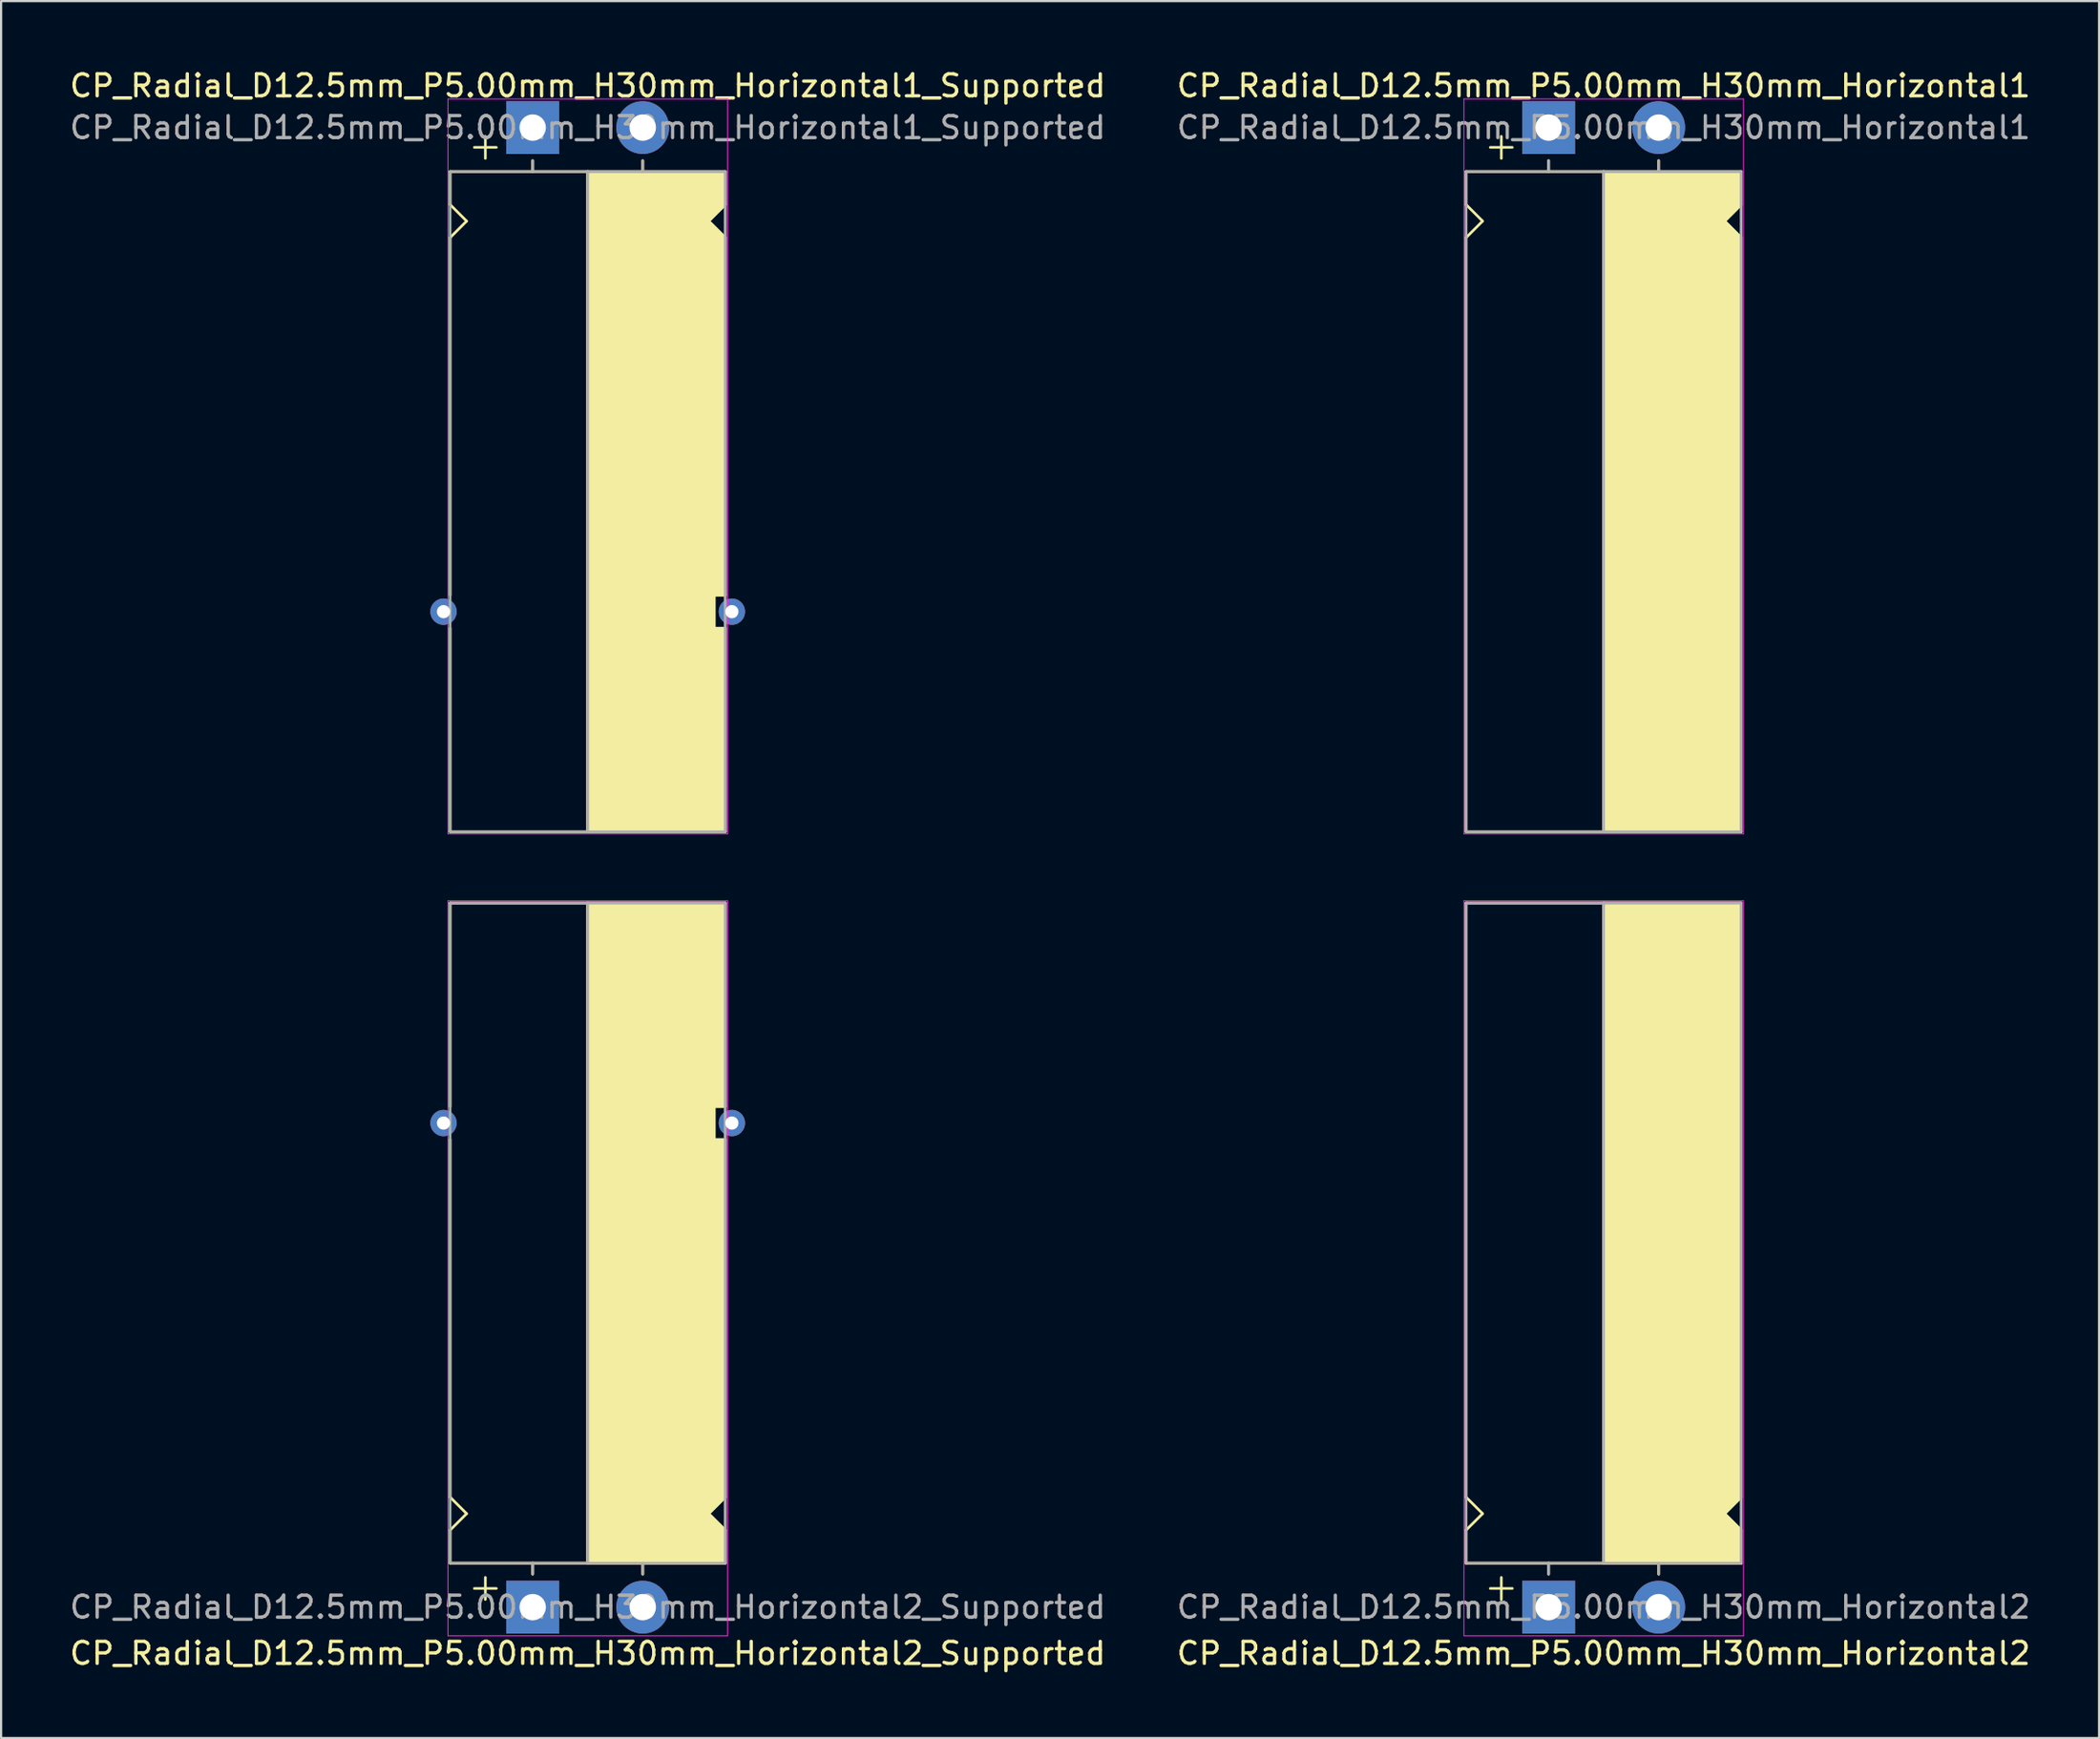
<source format=kicad_pcb>
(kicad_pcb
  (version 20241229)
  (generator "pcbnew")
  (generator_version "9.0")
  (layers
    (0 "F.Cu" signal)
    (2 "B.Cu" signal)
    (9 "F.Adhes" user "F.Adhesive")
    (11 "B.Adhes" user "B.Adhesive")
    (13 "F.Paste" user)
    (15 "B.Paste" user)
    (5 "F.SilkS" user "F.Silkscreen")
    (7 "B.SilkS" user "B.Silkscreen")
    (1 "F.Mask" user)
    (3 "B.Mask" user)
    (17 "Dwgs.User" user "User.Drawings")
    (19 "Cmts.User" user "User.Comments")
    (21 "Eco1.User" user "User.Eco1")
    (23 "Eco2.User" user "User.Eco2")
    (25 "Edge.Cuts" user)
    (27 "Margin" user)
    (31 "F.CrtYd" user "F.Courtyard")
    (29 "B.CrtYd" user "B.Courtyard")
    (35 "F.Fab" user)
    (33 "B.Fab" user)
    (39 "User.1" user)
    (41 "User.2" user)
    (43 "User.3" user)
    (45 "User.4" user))
  (footprint "CP_Radial_D12.5mm_P5.00mm_H30mm_Horizontal2_Supported"
    (layer "F.Cu")
    (at 21.149 69.988)
    (property "Reference" "CP_Radial_D12.5mm_P5.00mm_H30mm_Horizontal2_Supported" (at 2.5 2.1 180) (layer "F.SilkS") (effects (font (size 1 1) (thickness 0.15))))
    (attr through_hole)
    (fp_line (start -3.75 -32) (end -3.75 -22.75) (stroke (width 0.12) (type solid)) (layer "F.SilkS"))
    (fp_line (start -3.75 -5) (end -3.75 -21.25) (stroke (width 0.12) (type solid)) (layer "F.SilkS"))
    (fp_line (start -3.75 -3.5) (end -3 -4.25) (stroke (width 0.12) (type solid)) (layer "F.SilkS"))
    (fp_line (start -3.75 -2) (end -3.75 -3.5) (stroke (width 0.12) (type solid)) (layer "F.SilkS"))
    (fp_line (start -3 -4.25) (end -3.75 -5) (stroke (width 0.12) (type solid)) (layer "F.SilkS"))
    (fp_line (start -2.15 -1.35) (end -2.15 -0.35) (stroke (width 0.12) (type solid)) (layer "F.SilkS"))
    (fp_line (start -1.65 -0.85) (end -2.65 -0.85) (stroke (width 0.12) (type solid)) (layer "F.SilkS"))
    (fp_line (start 0 -1.5) (end 0 -2) (stroke (width 0.12) (type solid)) (layer "F.SilkS"))
    (fp_line (start 2.5 -2) (end -3.75 -2) (stroke (width 0.12) (type solid)) (layer "F.SilkS"))
    (fp_line (start 2.5 -2) (end 2.5 -32) (stroke (width 0.12) (type solid)) (layer "F.SilkS"))
    (fp_line (start 2.5 -2) (end 8.75 -2) (stroke (width 0.12) (type solid)) (layer "F.SilkS"))
    (fp_line (start 5 -1.5) (end 5 -2) (stroke (width 0.12) (type solid)) (layer "F.SilkS"))
    (fp_line (start 8 -4.25) (end 8.75 -5) (stroke (width 0.12) (type solid)) (layer "F.SilkS"))
    (fp_line (start 8.25 -22.75) (end 8.25 -21.25) (stroke (width 0.12) (type solid)) (layer "F.SilkS"))
    (fp_line (start 8.25 -21.25) (end 8.75 -21.25) (stroke (width 0.12) (type solid)) (layer "F.SilkS"))
    (fp_line (start 8.75 -32) (end -3.75 -32) (stroke (width 0.12) (type solid)) (layer "F.SilkS"))
    (fp_line (start 8.75 -32) (end 8.75 -22.75) (stroke (width 0.12) (type solid)) (layer "F.SilkS"))
    (fp_line (start 8.75 -22.75) (end 8.25 -22.75) (stroke (width 0.12) (type solid)) (layer "F.SilkS"))
    (fp_line (start 8.75 -5) (end 8.75 -21.25) (stroke (width 0.12) (type solid)) (layer "F.SilkS"))
    (fp_line (start 8.75 -3.5) (end 8 -4.25) (stroke (width 0.12) (type solid)) (layer "F.SilkS"))
    (fp_line (start 8.75 -2) (end 8.75 -3.5) (stroke (width 0.12) (type solid)) (layer "F.SilkS"))
    (fp_poly (pts (xy 8.75 -3.5) (xy 8 -4.25) (xy 8.75 -5) (xy 8.75 -21.25) (xy 8.25 -21.25) (xy 8.25 -22.75) (xy 8.75 -22.75) (xy 8.75 -32) (xy 2.5 -32) (xy 2.5 -2) (xy 8.75 -2)) (stroke (width 0.1) (type solid)) (fill yes) (layer "F.SilkS"))
    (fp_line (start -3.85 -32.1) (end -3.85 1.3) (stroke (width 0.04) (type solid)) (layer "F.CrtYd"))
    (fp_line (start 8.85 -32.1) (end -3.85 -32.1) (stroke (width 0.04) (type solid)) (layer "F.CrtYd"))
    (fp_line (start 8.85 1.3) (end -3.85 1.3) (stroke (width 0.04) (type solid)) (layer "F.CrtYd"))
    (fp_line (start 8.85 1.3) (end 8.85 -32.1) (stroke (width 0.04) (type solid)) (layer "F.CrtYd"))
    (fp_line (start -3.75 -32) (end 8.75 -32) (stroke (width 0.12) (type solid)) (layer "F.Fab"))
    (fp_line (start -3.75 -2) (end -3.75 -32) (stroke (width 0.12) (type solid)) (layer "F.Fab"))
    (fp_line (start 0 -2) (end -3.75 -2) (stroke (width 0.12) (type solid)) (layer "F.Fab"))
    (fp_line (start 0 -1.5) (end 0 -2) (stroke (width 0.12) (type solid)) (layer "F.Fab"))
    (fp_line (start 2.5 -2) (end 2.5 -32) (stroke (width 0.12) (type solid)) (layer "F.Fab"))
    (fp_line (start 5 -2) (end 5 -1.5) (stroke (width 0.12) (type solid)) (layer "F.Fab"))
    (fp_line (start 8.75 -32) (end 8.75 -2) (stroke (width 0.12) (type solid)) (layer "F.Fab"))
    (fp_line (start 8.75 -2) (end 0 -2) (stroke (width 0.12) (type solid)) (layer "F.Fab"))
    (fp_poly (pts (xy 8.75 -32) (xy 2.5 -32) (xy 2.5 -2) (xy 8.75 -2)) (stroke (width 0.1) (type solid)) (fill no) (layer "F.Fab"))
    (fp_text user "${REFERENCE}" (at 2.5 0 0) (layer "F.Fab") (effects (font (size 1 1) (thickness 0.15))))
    (pad "" thru_hole circle (at -4.05 -22 180) (size 1.2 1.2) (drill 0.6) (layers "*.Cu" "*.Mask"))
    (pad "" thru_hole circle (at 9.05 -22 180) (size 1.2 1.2) (drill 0.6) (layers "*.Cu" "*.Mask"))
    (pad "1" thru_hole rect (at 0 0) (size 2.4 2.4) (drill 1.2) (layers "*.Cu" "*.Mask"))
    (pad "2" thru_hole circle (at 5 0) (size 2.4 2.4) (drill 1.2) (layers "*.Cu" "*.Mask")))
  (footprint "CP_Radial_D12.5mm_P5.00mm_H30mm_Horizontal1_Supported"
    (layer "F.Cu")
    (at 21.149 2.748)
    (property "Reference" "CP_Radial_D12.5mm_P5.00mm_H30mm_Horizontal1_Supported" (at 2.5 -1.9 180) (layer "F.SilkS") (effects (font (size 1 1) (thickness 0.15))))
    (attr through_hole)
    (fp_line (start -3.75 2) (end -3.75 3.5) (stroke (width 0.12) (type solid)) (layer "F.SilkS"))
    (fp_line (start -3.75 3.5) (end -3 4.25) (stroke (width 0.12) (type solid)) (layer "F.SilkS"))
    (fp_line (start -3.75 5) (end -3.75 21.25) (stroke (width 0.12) (type solid)) (layer "F.SilkS"))
    (fp_line (start -3.75 32) (end -3.75 22.75) (stroke (width 0.12) (type solid)) (layer "F.SilkS"))
    (fp_line (start -3 4.25) (end -3.75 5) (stroke (width 0.12) (type solid)) (layer "F.SilkS"))
    (fp_line (start -2.15 0.4) (end -2.15 1.4) (stroke (width 0.12) (type solid)) (layer "F.SilkS"))
    (fp_line (start -1.65 0.9) (end -2.65 0.9) (stroke (width 0.12) (type solid)) (layer "F.SilkS"))
    (fp_line (start 0 1.5) (end 0 2) (stroke (width 0.12) (type solid)) (layer "F.SilkS"))
    (fp_line (start 2.5 2) (end -3.75 2) (stroke (width 0.12) (type solid)) (layer "F.SilkS"))
    (fp_line (start 2.5 2) (end 2.5 32) (stroke (width 0.12) (type solid)) (layer "F.SilkS"))
    (fp_line (start 2.5 2) (end 8.75 2) (stroke (width 0.12) (type solid)) (layer "F.SilkS"))
    (fp_line (start 5 1.5) (end 5 2) (stroke (width 0.12) (type solid)) (layer "F.SilkS"))
    (fp_line (start 8 4.25) (end 8.75 5) (stroke (width 0.12) (type solid)) (layer "F.SilkS"))
    (fp_line (start 8.25 21.25) (end 8.75 21.25) (stroke (width 0.12) (type solid)) (layer "F.SilkS"))
    (fp_line (start 8.25 22.75) (end 8.25 21.25) (stroke (width 0.12) (type solid)) (layer "F.SilkS"))
    (fp_line (start 8.75 2) (end 8.75 3.5) (stroke (width 0.12) (type solid)) (layer "F.SilkS"))
    (fp_line (start 8.75 3.5) (end 8 4.25) (stroke (width 0.12) (type solid)) (layer "F.SilkS"))
    (fp_line (start 8.75 5) (end 8.75 21.25) (stroke (width 0.12) (type solid)) (layer "F.SilkS"))
    (fp_line (start 8.75 22.75) (end 8.25 22.75) (stroke (width 0.12) (type solid)) (layer "F.SilkS"))
    (fp_line (start 8.75 32) (end -3.75 32) (stroke (width 0.12) (type solid)) (layer "F.SilkS"))
    (fp_line (start 8.75 32) (end 8.75 22.75) (stroke (width 0.12) (type solid)) (layer "F.SilkS"))
    (fp_poly (pts (xy 8.75 3.5) (xy 8 4.25) (xy 8.75 5) (xy 8.75 21.25) (xy 8.25 21.25) (xy 8.25 22.75) (xy 8.75 22.75) (xy 8.75 32) (xy 2.5 32) (xy 2.5 2) (xy 8.75 2)) (stroke (width 0.1) (type solid)) (fill yes) (layer "F.SilkS"))
    (fp_line (start -3.85 -1.3) (end 8.85 -1.3) (stroke (width 0.04) (type solid)) (layer "F.CrtYd"))
    (fp_line (start -3.85 32.1) (end -3.85 -1.3) (stroke (width 0.04) (type solid)) (layer "F.CrtYd"))
    (fp_line (start 8.85 -1.3) (end 8.85 32.1) (stroke (width 0.04) (type solid)) (layer "F.CrtYd"))
    (fp_line (start 8.85 32.1) (end -3.85 32.1) (stroke (width 0.04) (type solid)) (layer "F.CrtYd"))
    (fp_line (start -3.75 2) (end -3.75 32) (stroke (width 0.12) (type solid)) (layer "F.Fab"))
    (fp_line (start -3.75 32) (end 8.75 32) (stroke (width 0.12) (type solid)) (layer "F.Fab"))
    (fp_line (start 0 1.5) (end 0 2) (stroke (width 0.12) (type solid)) (layer "F.Fab"))
    (fp_line (start 0 2) (end -3.75 2) (stroke (width 0.12) (type solid)) (layer "F.Fab"))
    (fp_line (start 2.5 2) (end 2.5 32) (stroke (width 0.12) (type solid)) (layer "F.Fab"))
    (fp_line (start 5 2) (end 5 1.5) (stroke (width 0.12) (type solid)) (layer "F.Fab"))
    (fp_line (start 8.75 2) (end 0 2) (stroke (width 0.12) (type solid)) (layer "F.Fab"))
    (fp_line (start 8.75 32) (end 8.75 2) (stroke (width 0.12) (type solid)) (layer "F.Fab"))
    (fp_poly (pts (xy 8.75 32) (xy 2.5 32) (xy 2.5 2) (xy 8.75 2)) (stroke (width 0.1) (type solid)) (fill no) (layer "F.Fab"))
    (fp_text user "${REFERENCE}" (at 2.5 0 0) (layer "F.Fab") (effects (font (size 1 1) (thickness 0.15))))
    (pad "" thru_hole circle (at -4.05 22) (size 1.2 1.2) (drill 0.6) (layers "*.Cu" "*.Mask"))
    (pad "" thru_hole circle (at 9.05 22) (size 1.2 1.2) (drill 0.6) (layers "*.Cu" "*.Mask"))
    (pad "1" thru_hole rect (at 0 0) (size 2.4 2.4) (drill 1.2) (layers "*.Cu" "*.Mask"))
    (pad "2" thru_hole circle (at 5 0) (size 2.4 2.4) (drill 1.2) (layers "*.Cu" "*.Mask")))
  (footprint "CP_Radial_D12.5mm_P5.00mm_H30mm_Horizontal2"
    (layer "F.Cu")
    (at 67.304 69.988)
    (property "Reference" "CP_Radial_D12.5mm_P5.00mm_H30mm_Horizontal2" (at 2.5 2.1 180) (layer "F.SilkS") (effects (font (size 1 1) (thickness 0.15))))
    (attr through_hole)
    (fp_line (start -3.75 -5) (end -3.75 -32) (stroke (width 0.12) (type solid)) (layer "F.SilkS"))
    (fp_line (start -3.75 -3.5) (end -3 -4.25) (stroke (width 0.12) (type solid)) (layer "F.SilkS"))
    (fp_line (start -3.75 -2) (end -3.75 -3.5) (stroke (width 0.12) (type solid)) (layer "F.SilkS"))
    (fp_line (start -3 -4.25) (end -3.75 -5) (stroke (width 0.12) (type solid)) (layer "F.SilkS"))
    (fp_line (start -2.15 -1.35) (end -2.15 -0.35) (stroke (width 0.12) (type solid)) (layer "F.SilkS"))
    (fp_line (start -1.65 -0.85) (end -2.65 -0.85) (stroke (width 0.12) (type solid)) (layer "F.SilkS"))
    (fp_line (start 0 -1.5) (end 0 -2) (stroke (width 0.12) (type solid)) (layer "F.SilkS"))
    (fp_line (start 2.5 -2) (end -3.75 -2) (stroke (width 0.12) (type solid)) (layer "F.SilkS"))
    (fp_line (start 2.5 -2) (end 2.5 -32) (stroke (width 0.12) (type solid)) (layer "F.SilkS"))
    (fp_line (start 2.5 -2) (end 8.75 -2) (stroke (width 0.12) (type solid)) (layer "F.SilkS"))
    (fp_line (start 5 -1.5) (end 5 -2) (stroke (width 0.12) (type solid)) (layer "F.SilkS"))
    (fp_line (start 8 -4.25) (end 8.75 -5) (stroke (width 0.12) (type solid)) (layer "F.SilkS"))
    (fp_line (start 8.75 -32) (end -3.75 -32) (stroke (width 0.12) (type solid)) (layer "F.SilkS"))
    (fp_line (start 8.75 -5) (end 8.75 -32) (stroke (width 0.12) (type solid)) (layer "F.SilkS"))
    (fp_line (start 8.75 -3.5) (end 8 -4.25) (stroke (width 0.12) (type solid)) (layer "F.SilkS"))
    (fp_line (start 8.75 -2) (end 8.75 -3.5) (stroke (width 0.12) (type solid)) (layer "F.SilkS"))
    (fp_poly (pts (xy 8.75 -3.5) (xy 8 -4.25) (xy 8.75 -5) (xy 8.75 -32) (xy 2.5 -32) (xy 2.5 -2) (xy 8.75 -2)) (stroke (width 0.1) (type solid)) (fill yes) (layer "F.SilkS"))
    (fp_line (start -3.85 -32.1) (end -3.85 1.3) (stroke (width 0.04) (type solid)) (layer "F.CrtYd"))
    (fp_line (start 8.85 -32.1) (end -3.85 -32.1) (stroke (width 0.04) (type solid)) (layer "F.CrtYd"))
    (fp_line (start 8.85 1.3) (end -3.85 1.3) (stroke (width 0.04) (type solid)) (layer "F.CrtYd"))
    (fp_line (start 8.85 1.3) (end 8.85 -32.1) (stroke (width 0.04) (type solid)) (layer "F.CrtYd"))
    (fp_line (start -3.75 -32) (end 8.75 -32) (stroke (width 0.12) (type solid)) (layer "F.Fab"))
    (fp_line (start -3.75 -2) (end -3.75 -32) (stroke (width 0.12) (type solid)) (layer "F.Fab"))
    (fp_line (start 0 -2) (end -3.75 -2) (stroke (width 0.12) (type solid)) (layer "F.Fab"))
    (fp_line (start 0 -1.5) (end 0 -2) (stroke (width 0.12) (type solid)) (layer "F.Fab"))
    (fp_line (start 2.5 -2) (end 2.5 -32) (stroke (width 0.12) (type solid)) (layer "F.Fab"))
    (fp_line (start 5 -2) (end 5 -1.5) (stroke (width 0.12) (type solid)) (layer "F.Fab"))
    (fp_line (start 8.75 -32) (end 8.75 -2) (stroke (width 0.12) (type solid)) (layer "F.Fab"))
    (fp_line (start 8.75 -2) (end 0 -2) (stroke (width 0.12) (type solid)) (layer "F.Fab"))
    (fp_poly (pts (xy 8.75 -32) (xy 2.5 -32) (xy 2.5 -2) (xy 8.75 -2)) (stroke (width 0.1) (type solid)) (fill no) (layer "F.Fab"))
    (fp_text user "${REFERENCE}" (at 2.5 0 0) (layer "F.Fab") (effects (font (size 1 1) (thickness 0.15))))
    (pad "1" thru_hole rect (at 0 0) (size 2.4 2.4) (drill 1.2) (layers "*.Cu" "*.Mask"))
    (pad "2" thru_hole circle (at 5 0) (size 2.4 2.4) (drill 1.2) (layers "*.Cu" "*.Mask")))
  (footprint "CP_Radial_D12.5mm_P5.00mm_H30mm_Horizontal1"
    (layer "F.Cu")
    (at 67.304 2.748)
    (property "Reference" "CP_Radial_D12.5mm_P5.00mm_H30mm_Horizontal1" (at 2.5 -1.9 180) (layer "F.SilkS") (effects (font (size 1 1) (thickness 0.15))))
    (attr through_hole)
    (fp_line (start -3.75 2) (end -3.75 3.5) (stroke (width 0.12) (type solid)) (layer "F.SilkS"))
    (fp_line (start -3.75 3.5) (end -3 4.25) (stroke (width 0.12) (type solid)) (layer "F.SilkS"))
    (fp_line (start -3.75 5) (end -3.75 32) (stroke (width 0.12) (type solid)) (layer "F.SilkS"))
    (fp_line (start -3 4.25) (end -3.75 5) (stroke (width 0.12) (type solid)) (layer "F.SilkS"))
    (fp_line (start -2.15 0.4) (end -2.15 1.4) (stroke (width 0.12) (type solid)) (layer "F.SilkS"))
    (fp_line (start -1.65 0.9) (end -2.65 0.9) (stroke (width 0.12) (type solid)) (layer "F.SilkS"))
    (fp_line (start 0 1.5) (end 0 2) (stroke (width 0.12) (type solid)) (layer "F.SilkS"))
    (fp_line (start 2.5 2) (end -3.75 2) (stroke (width 0.12) (type solid)) (layer "F.SilkS"))
    (fp_line (start 2.5 2) (end 2.5 32) (stroke (width 0.12) (type solid)) (layer "F.SilkS"))
    (fp_line (start 2.5 2) (end 8.75 2) (stroke (width 0.12) (type solid)) (layer "F.SilkS"))
    (fp_line (start 5 1.5) (end 5 2) (stroke (width 0.12) (type solid)) (layer "F.SilkS"))
    (fp_line (start 8 4.25) (end 8.75 5) (stroke (width 0.12) (type solid)) (layer "F.SilkS"))
    (fp_line (start 8.75 2) (end 8.75 3.5) (stroke (width 0.12) (type solid)) (layer "F.SilkS"))
    (fp_line (start 8.75 3.5) (end 8 4.25) (stroke (width 0.12) (type solid)) (layer "F.SilkS"))
    (fp_line (start 8.75 5) (end 8.75 32) (stroke (width 0.12) (type solid)) (layer "F.SilkS"))
    (fp_line (start 8.75 32) (end -3.75 32) (stroke (width 0.12) (type solid)) (layer "F.SilkS"))
    (fp_poly (pts (xy 8.75 3.5) (xy 8 4.25) (xy 8.75 5) (xy 8.75 32) (xy 2.5 32) (xy 2.5 2) (xy 8.75 2)) (stroke (width 0.1) (type solid)) (fill yes) (layer "F.SilkS"))
    (fp_line (start -3.85 -1.3) (end 8.85 -1.3) (stroke (width 0.04) (type solid)) (layer "F.CrtYd"))
    (fp_line (start -3.85 32.1) (end -3.85 -1.3) (stroke (width 0.04) (type solid)) (layer "F.CrtYd"))
    (fp_line (start 8.85 -1.3) (end 8.85 32.1) (stroke (width 0.04) (type solid)) (layer "F.CrtYd"))
    (fp_line (start 8.85 32.1) (end -3.85 32.1) (stroke (width 0.04) (type solid)) (layer "F.CrtYd"))
    (fp_line (start -3.75 2) (end -3.75 32) (stroke (width 0.12) (type solid)) (layer "F.Fab"))
    (fp_line (start -3.75 32) (end 8.75 32) (stroke (width 0.12) (type solid)) (layer "F.Fab"))
    (fp_line (start 0 1.5) (end 0 2) (stroke (width 0.12) (type solid)) (layer "F.Fab"))
    (fp_line (start 0 2) (end -3.75 2) (stroke (width 0.12) (type solid)) (layer "F.Fab"))
    (fp_line (start 2.5 2) (end 2.5 32) (stroke (width 0.12) (type solid)) (layer "F.Fab"))
    (fp_line (start 5 2) (end 5 1.5) (stroke (width 0.12) (type solid)) (layer "F.Fab"))
    (fp_line (start 8.75 2) (end 0 2) (stroke (width 0.12) (type solid)) (layer "F.Fab"))
    (fp_line (start 8.75 32) (end 8.75 2) (stroke (width 0.12) (type solid)) (layer "F.Fab"))
    (fp_poly (pts (xy 8.75 32) (xy 2.5 32) (xy 2.5 2) (xy 8.75 2)) (stroke (width 0.1) (type solid)) (fill no) (layer "F.Fab"))
    (fp_text user "${REFERENCE}" (at 2.5 0 0) (layer "F.Fab") (effects (font (size 1 1) (thickness 0.15))))
    (pad "1" thru_hole rect (at 0 0) (size 2.4 2.4) (drill 1.2) (layers "*.Cu" "*.Mask"))
    (pad "2" thru_hole circle (at 5 0) (size 2.4 2.4) (drill 1.2) (layers "*.Cu" "*.Mask")))
  (gr_rect
    (start -3 -3)
    (end 92.31 75.936)
    (stroke (width 0.1) (type default))
    (fill no)
    (layer "Edge.Cuts")))
</source>
